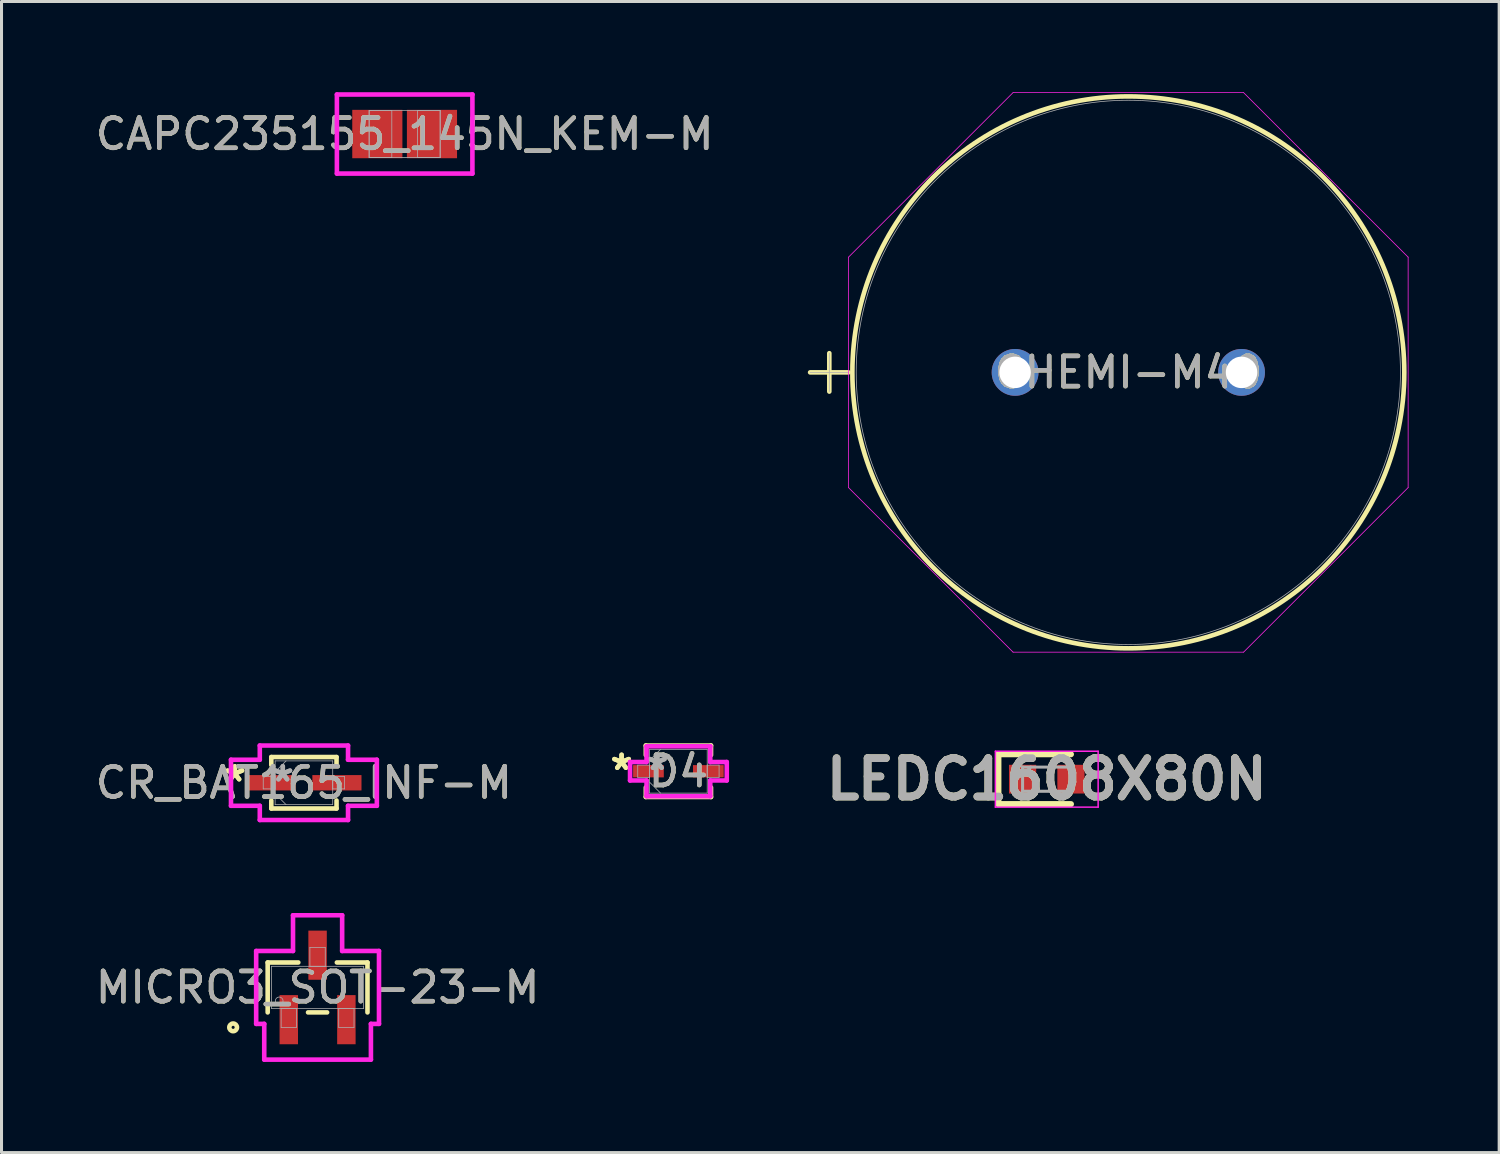
<source format=kicad_pcb>
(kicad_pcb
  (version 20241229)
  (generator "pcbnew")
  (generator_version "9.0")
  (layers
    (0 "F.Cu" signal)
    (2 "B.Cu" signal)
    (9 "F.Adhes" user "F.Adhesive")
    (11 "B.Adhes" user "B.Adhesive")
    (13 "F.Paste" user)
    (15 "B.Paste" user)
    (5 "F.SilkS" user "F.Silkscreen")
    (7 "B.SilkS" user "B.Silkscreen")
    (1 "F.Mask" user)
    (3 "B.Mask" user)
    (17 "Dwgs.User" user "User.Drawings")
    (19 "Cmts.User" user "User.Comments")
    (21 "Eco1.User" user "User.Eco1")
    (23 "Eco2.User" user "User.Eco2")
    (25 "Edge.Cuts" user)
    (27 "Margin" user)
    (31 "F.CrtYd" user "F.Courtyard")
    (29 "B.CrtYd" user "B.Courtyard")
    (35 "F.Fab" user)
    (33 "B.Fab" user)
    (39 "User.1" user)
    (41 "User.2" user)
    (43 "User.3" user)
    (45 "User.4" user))
  (footprint "CR_BAT165_INF-M"
    (layer "F.Cu")
    (at 7.006 22.85)
    (property "Reference" "CR_BAT165_INF-M" (at 0 0 0) (unlocked yes) (layer "F.SilkS") (effects (font (size 1 1) (thickness 0.15))))
    (attr smd)
    (fp_line (start -1.079 -0.851) (end -1.079 -0.587) (stroke (width 0.152) (type solid)) (layer "F.SilkS"))
    (fp_line (start -1.079 0.587) (end -1.079 0.851) (stroke (width 0.152) (type solid)) (layer "F.SilkS"))
    (fp_line (start -1.079 0.851) (end 1.079 0.851) (stroke (width 0.152) (type solid)) (layer "F.SilkS"))
    (fp_line (start 1.079 -0.851) (end -1.079 -0.851) (stroke (width 0.152) (type solid)) (layer "F.SilkS"))
    (fp_line (start 1.079 -0.587) (end 1.079 -0.851) (stroke (width 0.152) (type solid)) (layer "F.SilkS"))
    (fp_line (start 1.079 0.851) (end 1.079 0.587) (stroke (width 0.152) (type solid)) (layer "F.SilkS"))
    (fp_line (start -2.413 -0.762) (end -1.46 -0.762) (stroke (width 0.152) (type solid)) (layer "F.CrtYd"))
    (fp_line (start -2.413 0.762) (end -2.413 -0.762) (stroke (width 0.152) (type solid)) (layer "F.CrtYd"))
    (fp_line (start -1.46 -1.232) (end 1.46 -1.232) (stroke (width 0.152) (type solid)) (layer "F.CrtYd"))
    (fp_line (start -1.46 -0.762) (end -1.46 -1.232) (stroke (width 0.152) (type solid)) (layer "F.CrtYd"))
    (fp_line (start -1.46 0.762) (end -2.413 0.762) (stroke (width 0.152) (type solid)) (layer "F.CrtYd"))
    (fp_line (start -1.46 1.232) (end -1.46 0.762) (stroke (width 0.152) (type solid)) (layer "F.CrtYd"))
    (fp_line (start 1.46 -1.232) (end 1.46 -0.762) (stroke (width 0.152) (type solid)) (layer "F.CrtYd"))
    (fp_line (start 1.46 -0.762) (end 2.413 -0.762) (stroke (width 0.152) (type solid)) (layer "F.CrtYd"))
    (fp_line (start 1.46 0.762) (end 1.46 1.232) (stroke (width 0.152) (type solid)) (layer "F.CrtYd"))
    (fp_line (start 1.46 1.232) (end -1.46 1.232) (stroke (width 0.152) (type solid)) (layer "F.CrtYd"))
    (fp_line (start 2.413 -0.762) (end 2.413 0.762) (stroke (width 0.152) (type solid)) (layer "F.CrtYd"))
    (fp_line (start 2.413 0.762) (end 1.46 0.762) (stroke (width 0.152) (type solid)) (layer "F.CrtYd"))
    (fp_line (start -1.346 -0.203) (end -1.346 0.203) (stroke (width 0.025) (type solid)) (layer "F.Fab"))
    (fp_line (start -1.346 0.203) (end -0.953 0.203) (stroke (width 0.025) (type solid)) (layer "F.Fab"))
    (fp_line (start -0.953 -0.724) (end -0.953 0.724) (stroke (width 0.025) (type solid)) (layer "F.Fab"))
    (fp_line (start -0.953 -0.362) (end -0.591 -0.724) (stroke (width 0.025) (type solid)) (layer "F.Fab"))
    (fp_line (start -0.953 -0.203) (end -1.346 -0.203) (stroke (width 0.025) (type solid)) (layer "F.Fab"))
    (fp_line (start -0.953 0.203) (end -0.953 -0.203) (stroke (width 0.025) (type solid)) (layer "F.Fab"))
    (fp_line (start -0.953 0.362) (end -0.591 0.724) (stroke (width 0.025) (type solid)) (layer "F.Fab"))
    (fp_line (start -0.953 0.724) (end 0.953 0.724) (stroke (width 0.025) (type solid)) (layer "F.Fab"))
    (fp_line (start 0.953 -0.724) (end -0.953 -0.724) (stroke (width 0.025) (type solid)) (layer "F.Fab"))
    (fp_line (start 0.953 -0.203) (end 0.953 0.203) (stroke (width 0.025) (type solid)) (layer "F.Fab"))
    (fp_line (start 0.953 0.203) (end 1.346 0.203) (stroke (width 0.025) (type solid)) (layer "F.Fab"))
    (fp_line (start 0.953 0.724) (end 0.953 -0.724) (stroke (width 0.025) (type solid)) (layer "F.Fab"))
    (fp_line (start 1.346 -0.203) (end 0.953 -0.203) (stroke (width 0.025) (type solid)) (layer "F.Fab"))
    (fp_line (start 1.346 0.203) (end 1.346 -0.203) (stroke (width 0.025) (type solid)) (layer "F.Fab"))
    (fp_text user "*" (at -2.286 0 0) (unlocked yes) (layer "F.SilkS") (effects (font (size 1 1) (thickness 0.15))))
    (fp_text user "*" (at -2.286 0 0) (layer "F.SilkS") (effects (font (size 1 1) (thickness 0.15))))
    (fp_text user "${REFERENCE}" (at 0 0 0) (unlocked yes) (layer "F.Fab") (effects (font (size 1 1) (thickness 0.15))))
    (fp_text user "*" (at -0.699 0 0) (unlocked yes) (layer "F.Fab") (effects (font (size 1 1) (thickness 0.15))))
    (fp_text user "*" (at -0.699 0 0) (layer "F.Fab") (effects (font (size 1 1) (thickness 0.15))))
    (pad "1" smd rect (at -1.092 0) (size 1.626 0.508) (layers "F.Cu" "F.Mask" "F.Paste"))
    (pad "2" smd rect (at 1.092 0) (size 1.626 0.508) (layers "F.Cu" "F.Mask" "F.Paste")))
  (footprint "MICRO3_SOT-23-M"
    (layer "F.Cu")
    (at 7.458 29.622)
    (property "Reference" "MICRO3_SOT-23-M" (at 0 0 0) (unlocked yes) (layer "F.SilkS") (effects (font (size 1 1) (thickness 0.15))))
    (attr smd)
    (fp_line (start -1.651 -0.826) (end -1.651 0.826) (stroke (width 0.152) (type solid)) (layer "F.SilkS"))
    (fp_line (start -0.638 -0.826) (end -1.651 -0.826) (stroke (width 0.152) (type solid)) (layer "F.SilkS"))
    (fp_line (start -0.315 0.826) (end 0.315 0.826) (stroke (width 0.152) (type solid)) (layer "F.SilkS"))
    (fp_line (start 1.651 -0.826) (end 0.638 -0.826) (stroke (width 0.152) (type solid)) (layer "F.SilkS"))
    (fp_line (start 1.651 0.826) (end 1.651 -0.826) (stroke (width 0.152) (type solid)) (layer "F.SilkS"))
    (fp_circle (center -2.794 1.321) (end -2.667 1.321) (stroke (width 0.152) (type solid)) (fill no) (layer "F.SilkS"))
    (fp_line (start -2.032 -1.206) (end -0.813 -1.206) (stroke (width 0.152) (type solid)) (layer "F.CrtYd"))
    (fp_line (start -2.032 1.206) (end -2.032 -1.206) (stroke (width 0.152) (type solid)) (layer "F.CrtYd"))
    (fp_line (start -2.032 1.206) (end -1.765 1.206) (stroke (width 0.152) (type solid)) (layer "F.CrtYd"))
    (fp_line (start -1.765 1.206) (end -1.765 2.388) (stroke (width 0.152) (type solid)) (layer "F.CrtYd"))
    (fp_line (start -1.765 2.388) (end 1.765 2.388) (stroke (width 0.152) (type solid)) (layer "F.CrtYd"))
    (fp_line (start -0.813 -2.388) (end 0.813 -2.388) (stroke (width 0.152) (type solid)) (layer "F.CrtYd"))
    (fp_line (start -0.813 -1.206) (end -0.813 -2.388) (stroke (width 0.152) (type solid)) (layer "F.CrtYd"))
    (fp_line (start 0.813 -1.206) (end 0.813 -2.388) (stroke (width 0.152) (type solid)) (layer "F.CrtYd"))
    (fp_line (start 1.765 1.206) (end 1.765 2.388) (stroke (width 0.152) (type solid)) (layer "F.CrtYd"))
    (fp_line (start 2.032 -1.206) (end 0.813 -1.206) (stroke (width 0.152) (type solid)) (layer "F.CrtYd"))
    (fp_line (start 2.032 -1.206) (end 2.032 1.206) (stroke (width 0.152) (type solid)) (layer "F.CrtYd"))
    (fp_line (start 2.032 1.206) (end 1.765 1.206) (stroke (width 0.152) (type solid)) (layer "F.CrtYd"))
    (fp_line (start -1.524 -0.699) (end -1.524 0.699) (stroke (width 0.025) (type solid)) (layer "F.Fab"))
    (fp_line (start -1.524 0.699) (end 1.524 0.699) (stroke (width 0.025) (type solid)) (layer "F.Fab"))
    (fp_line (start -1.206 0.699) (end -1.206 1.321) (stroke (width 0.025) (type solid)) (layer "F.Fab"))
    (fp_line (start -1.206 1.321) (end -0.699 1.321) (stroke (width 0.025) (type solid)) (layer "F.Fab"))
    (fp_line (start -0.699 0.699) (end -1.206 0.699) (stroke (width 0.025) (type solid)) (layer "F.Fab"))
    (fp_line (start -0.699 1.321) (end -0.699 0.699) (stroke (width 0.025) (type solid)) (layer "F.Fab"))
    (fp_line (start -0.254 -1.321) (end -0.254 -0.699) (stroke (width 0.025) (type solid)) (layer "F.Fab"))
    (fp_line (start -0.254 -0.699) (end 0.254 -0.699) (stroke (width 0.025) (type solid)) (layer "F.Fab"))
    (fp_line (start 0.254 -1.321) (end -0.254 -1.321) (stroke (width 0.025) (type solid)) (layer "F.Fab"))
    (fp_line (start 0.254 -0.699) (end 0.254 -1.321) (stroke (width 0.025) (type solid)) (layer "F.Fab"))
    (fp_line (start 0.699 0.699) (end 0.699 1.321) (stroke (width 0.025) (type solid)) (layer "F.Fab"))
    (fp_line (start 0.699 1.321) (end 1.206 1.321) (stroke (width 0.025) (type solid)) (layer "F.Fab"))
    (fp_line (start 1.206 0.699) (end 0.699 0.699) (stroke (width 0.025) (type solid)) (layer "F.Fab"))
    (fp_line (start 1.206 1.321) (end 1.206 0.699) (stroke (width 0.025) (type solid)) (layer "F.Fab"))
    (fp_line (start 1.524 -0.699) (end -1.524 -0.699) (stroke (width 0.025) (type solid)) (layer "F.Fab"))
    (fp_line (start 1.524 0.699) (end 1.524 -0.699) (stroke (width 0.025) (type solid)) (layer "F.Fab"))
    (fp_circle (center -1.27 0.445) (end -1.143 0.445) (stroke (width 0.025) (type solid)) (fill no) (layer "F.Fab"))
    (fp_text user "${REFERENCE}" (at 0 0 0) (unlocked yes) (layer "F.Fab") (effects (font (size 1 1) (thickness 0.15))))
    (pad "1" smd rect (at -0.953 1.067) (size 0.61 1.626) (layers "F.Cu" "F.Mask" "F.Paste"))
    (pad "2" smd rect (at 0.953 1.067) (size 0.61 1.626) (layers "F.Cu" "F.Mask" "F.Paste"))
    (pad "3" smd rect (at 0 -1.067) (size 0.61 1.626) (layers "F.Cu" "F.Mask" "F.Paste")))
  (footprint "LEDC1608X80N"
    (layer "F.Cu")
    (at 31.585 22.731)
    (property "Reference" "LEDC1608X80N" (at 0 0 0) (layer "F.SilkS") (effects (font (size 1.27 1.27) (thickness 0.254))))
    (attr smd)
    (fp_line (start -1.6 -0.825) (end -1.6 0.825) (stroke (width 0.2) (type solid)) (layer "F.SilkS"))
    (fp_line (start -1.6 0.825) (end 0.8 0.825) (stroke (width 0.2) (type solid)) (layer "F.SilkS"))
    (fp_line (start 0.8 -0.825) (end -1.6 -0.825) (stroke (width 0.2) (type solid)) (layer "F.SilkS"))
    (fp_line (start -1.7 -0.925) (end 1.7 -0.925) (stroke (width 0.05) (type solid)) (layer "F.CrtYd"))
    (fp_line (start -1.7 0.925) (end -1.7 -0.925) (stroke (width 0.05) (type solid)) (layer "F.CrtYd"))
    (fp_line (start 1.7 -0.925) (end 1.7 0.925) (stroke (width 0.05) (type solid)) (layer "F.CrtYd"))
    (fp_line (start 1.7 0.925) (end -1.7 0.925) (stroke (width 0.05) (type solid)) (layer "F.CrtYd"))
    (fp_line (start -0.8 -0.4) (end 0.8 -0.4) (stroke (width 0.1) (type solid)) (layer "F.Fab"))
    (fp_line (start -0.8 -0.133) (end -0.533 -0.4) (stroke (width 0.1) (type solid)) (layer "F.Fab"))
    (fp_line (start -0.8 0.4) (end -0.8 -0.4) (stroke (width 0.1) (type solid)) (layer "F.Fab"))
    (fp_line (start 0.8 -0.4) (end 0.8 0.4) (stroke (width 0.1) (type solid)) (layer "F.Fab"))
    (fp_line (start 0.8 0.4) (end -0.8 0.4) (stroke (width 0.1) (type solid)) (layer "F.Fab"))
    (fp_text user "${REFERENCE}" (at 0 0 0) (layer "F.Fab") (effects (font (size 1.27 1.27) (thickness 0.254))))
    (pad "1" smd rect (at -0.8 0) (size 0.9 0.95) (layers "F.Cu" "F.Mask" "F.Paste"))
    (pad "2" smd rect (at 0.8 0) (size 0.9 0.95) (layers "F.Cu" "F.Mask" "F.Paste")))
  (footprint "CAPC235155_145N_KEM-M"
    (layer "F.Cu")
    (at 10.339 1.385)
    (property "Reference" "CAPC235155_145N_KEM-M" (at 0 0 0) (unlocked yes) (layer "F.SilkS") (effects (font (size 1 1) (thickness 0.15))))
    (attr smd)
    (fp_line (start -2.242 -1.308) (end 2.242 -1.308) (stroke (width 0.152) (type solid)) (layer "F.CrtYd"))
    (fp_line (start -2.242 1.308) (end -2.242 -1.308) (stroke (width 0.152) (type solid)) (layer "F.CrtYd"))
    (fp_line (start 2.242 -1.308) (end 2.242 1.308) (stroke (width 0.152) (type solid)) (layer "F.CrtYd"))
    (fp_line (start 2.242 1.308) (end -2.242 1.308) (stroke (width 0.152) (type solid)) (layer "F.CrtYd"))
    (fp_line (start -1.175 -0.775) (end -1.175 0.775) (stroke (width 0.025) (type solid)) (layer "F.Fab"))
    (fp_line (start -1.175 -0.775) (end -1.175 0.775) (stroke (width 0.025) (type solid)) (layer "F.Fab"))
    (fp_line (start -1.175 0.775) (end -0.425 0.775) (stroke (width 0.025) (type solid)) (layer "F.Fab"))
    (fp_line (start -1.175 0.775) (end 1.175 0.775) (stroke (width 0.025) (type solid)) (layer "F.Fab"))
    (fp_line (start -0.425 -0.775) (end -1.175 -0.775) (stroke (width 0.025) (type solid)) (layer "F.Fab"))
    (fp_line (start -0.425 0.775) (end -0.425 -0.775) (stroke (width 0.025) (type solid)) (layer "F.Fab"))
    (fp_line (start 0.425 -0.775) (end 0.425 0.775) (stroke (width 0.025) (type solid)) (layer "F.Fab"))
    (fp_line (start 0.425 0.775) (end 1.175 0.775) (stroke (width 0.025) (type solid)) (layer "F.Fab"))
    (fp_line (start 1.175 -0.775) (end -1.175 -0.775) (stroke (width 0.025) (type solid)) (layer "F.Fab"))
    (fp_line (start 1.175 -0.775) (end 0.425 -0.775) (stroke (width 0.025) (type solid)) (layer "F.Fab"))
    (fp_line (start 1.175 0.775) (end 1.175 -0.775) (stroke (width 0.025) (type solid)) (layer "F.Fab"))
    (fp_line (start 1.175 0.775) (end 1.175 -0.775) (stroke (width 0.025) (type solid)) (layer "F.Fab"))
    (fp_text user "${REFERENCE}" (at 0 0 0) (unlocked yes) (layer "F.Fab") (effects (font (size 1 1) (thickness 0.15))))
    (pad "1" smd rect (at -0.904 0) (size 1.659 1.601) (layers "F.Cu" "F.Mask" "F.Paste"))
    (pad "2" smd rect (at 0.904 0) (size 1.659 1.601) (layers "F.Cu" "F.Mask" "F.Paste"))
    (zone (net_name "") (layer "F.Cu") (hatch full 0.508) (connect_pads) (min_thickness 0.254) (filled_areas_thickness no) (keepout (tracks not_allowed) (vias not_allowed) (pads allowed) (copperpour not_allowed) (footprints allowed)) (placement (enabled no)) (fill) (polygon (pts (xy 10.315 0.66) (xy 10.363 0.66) (xy 10.363 2.109) (xy 10.315 2.109)))))
  (footprint "D4"
    (layer "F.Cu")
    (at 19.397 22.469)
    (property "Reference" "D4" (at 0 0 0) (unlocked yes) (layer "F.SilkS") (effects (font (size 1 1) (thickness 0.15))))
    (attr smd)
    (fp_line (start -1.079 -0.851) (end -1.079 -0.536) (stroke (width 0.152) (type solid)) (layer "F.SilkS"))
    (fp_line (start -1.079 0.536) (end -1.079 0.851) (stroke (width 0.152) (type solid)) (layer "F.SilkS"))
    (fp_line (start -1.079 0.851) (end 1.079 0.851) (stroke (width 0.152) (type solid)) (layer "F.SilkS"))
    (fp_line (start 1.079 -0.851) (end -1.079 -0.851) (stroke (width 0.152) (type solid)) (layer "F.SilkS"))
    (fp_line (start 1.079 -0.536) (end 1.079 -0.851) (stroke (width 0.152) (type solid)) (layer "F.SilkS"))
    (fp_line (start 1.079 0.851) (end 1.079 0.536) (stroke (width 0.152) (type solid)) (layer "F.SilkS"))
    (fp_line (start -1.6 -0.305) (end -1.054 -0.305) (stroke (width 0.152) (type solid)) (layer "F.CrtYd"))
    (fp_line (start -1.6 0.305) (end -1.6 -0.305) (stroke (width 0.152) (type solid)) (layer "F.CrtYd"))
    (fp_line (start -1.054 -0.826) (end 1.054 -0.826) (stroke (width 0.152) (type solid)) (layer "F.CrtYd"))
    (fp_line (start -1.054 -0.305) (end -1.054 -0.826) (stroke (width 0.152) (type solid)) (layer "F.CrtYd"))
    (fp_line (start -1.054 0.305) (end -1.6 0.305) (stroke (width 0.152) (type solid)) (layer "F.CrtYd"))
    (fp_line (start -1.054 0.826) (end -1.054 0.305) (stroke (width 0.152) (type solid)) (layer "F.CrtYd"))
    (fp_line (start 1.054 -0.826) (end 1.054 -0.305) (stroke (width 0.152) (type solid)) (layer "F.CrtYd"))
    (fp_line (start 1.054 -0.305) (end 1.6 -0.305) (stroke (width 0.152) (type solid)) (layer "F.CrtYd"))
    (fp_line (start 1.054 0.305) (end 1.054 0.826) (stroke (width 0.152) (type solid)) (layer "F.CrtYd"))
    (fp_line (start 1.054 0.826) (end -1.054 0.826) (stroke (width 0.152) (type solid)) (layer "F.CrtYd"))
    (fp_line (start 1.6 -0.305) (end 1.6 0.305) (stroke (width 0.152) (type solid)) (layer "F.CrtYd"))
    (fp_line (start 1.6 0.305) (end 1.054 0.305) (stroke (width 0.152) (type solid)) (layer "F.CrtYd"))
    (fp_line (start -1.346 -0.203) (end -1.346 0.203) (stroke (width 0.025) (type solid)) (layer "F.Fab"))
    (fp_line (start -1.346 0.203) (end -0.953 0.203) (stroke (width 0.025) (type solid)) (layer "F.Fab"))
    (fp_line (start -0.953 -0.724) (end -0.953 0.724) (stroke (width 0.025) (type solid)) (layer "F.Fab"))
    (fp_line (start -0.953 -0.362) (end -0.591 -0.724) (stroke (width 0.025) (type solid)) (layer "F.Fab"))
    (fp_line (start -0.953 -0.203) (end -1.346 -0.203) (stroke (width 0.025) (type solid)) (layer "F.Fab"))
    (fp_line (start -0.953 0.203) (end -0.953 -0.203) (stroke (width 0.025) (type solid)) (layer "F.Fab"))
    (fp_line (start -0.953 0.362) (end -0.591 0.724) (stroke (width 0.025) (type solid)) (layer "F.Fab"))
    (fp_line (start -0.953 0.724) (end 0.953 0.724) (stroke (width 0.025) (type solid)) (layer "F.Fab"))
    (fp_line (start 0.953 -0.724) (end -0.953 -0.724) (stroke (width 0.025) (type solid)) (layer "F.Fab"))
    (fp_line (start 0.953 -0.203) (end 0.953 0.203) (stroke (width 0.025) (type solid)) (layer "F.Fab"))
    (fp_line (start 0.953 0.203) (end 1.346 0.203) (stroke (width 0.025) (type solid)) (layer "F.Fab"))
    (fp_line (start 0.953 0.724) (end 0.953 -0.724) (stroke (width 0.025) (type solid)) (layer "F.Fab"))
    (fp_line (start 1.346 -0.203) (end 0.953 -0.203) (stroke (width 0.025) (type solid)) (layer "F.Fab"))
    (fp_line (start 1.346 0.203) (end 1.346 -0.203) (stroke (width 0.025) (type solid)) (layer "F.Fab"))
    (fp_text user "*" (at -1.88 0 0) (layer "F.SilkS") (effects (font (size 1 1) (thickness 0.15))))
    (fp_text user "*" (at -1.88 0 0) (unlocked yes) (layer "F.SilkS") (effects (font (size 1 1) (thickness 0.15))))
    (fp_text user "${REFERENCE}" (at 0 0 0) (unlocked yes) (layer "F.Fab") (effects (font (size 1 1) (thickness 0.15))))
    (fp_text user "*" (at -0.699 0 0) (layer "F.Fab") (effects (font (size 1 1) (thickness 0.15))))
    (fp_text user "*" (at -0.699 0 0) (unlocked yes) (layer "F.Fab") (effects (font (size 1 1) (thickness 0.15))))
    (pad "1" smd rect (at -0.991 0) (size 1.016 0.406) (layers "F.Cu" "F.Mask" "F.Paste"))
    (pad "2" smd rect (at 0.991 0) (size 1.016 0.406) (layers "F.Cu" "F.Mask" "F.Paste")))
  (footprint "CHEMI-M40"
    (layer "F.Cu")
    (at 30.537 9.271)
    (property "Reference" "CHEMI-M40" (at 3.747 0 0) (unlocked yes) (layer "F.SilkS") (effects (font (size 1 1) (thickness 0.15))))
    (attr through_hole)
    (fp_line (start -6.782 0) (end -5.512 0) (stroke (width 0.152) (type solid)) (layer "F.SilkS"))
    (fp_line (start -6.147 -0.635) (end -6.147 0.635) (stroke (width 0.152) (type solid)) (layer "F.SilkS"))
    (fp_circle (center 3.747 0) (end 12.878 0) (stroke (width 0.152) (type solid)) (fill no) (layer "F.SilkS"))
    (fp_line (start -5.512 -3.812) (end -0.066 -9.258) (stroke (width 0.025) (type solid)) (layer "F.CrtYd"))
    (fp_line (start -5.512 3.812) (end -5.512 -3.812) (stroke (width 0.025) (type solid)) (layer "F.CrtYd"))
    (fp_line (start -0.066 -9.258) (end 7.559 -9.258) (stroke (width 0.025) (type solid)) (layer "F.CrtYd"))
    (fp_line (start -0.066 9.258) (end -5.512 3.812) (stroke (width 0.025) (type solid)) (layer "F.CrtYd"))
    (fp_line (start 7.559 -9.258) (end 13.005 -3.812) (stroke (width 0.025) (type solid)) (layer "F.CrtYd"))
    (fp_line (start 7.559 9.258) (end -0.066 9.258) (stroke (width 0.025) (type solid)) (layer "F.CrtYd"))
    (fp_line (start 13.005 -3.812) (end 13.005 3.812) (stroke (width 0.025) (type solid)) (layer "F.CrtYd"))
    (fp_line (start 13.005 3.812) (end 7.559 9.258) (stroke (width 0.025) (type solid)) (layer "F.CrtYd"))
    (fp_line (start -6.782 0) (end -5.512 0) (stroke (width 0.025) (type solid)) (layer "F.Fab"))
    (fp_line (start -6.147 -0.635) (end -6.147 0.635) (stroke (width 0.025) (type solid)) (layer "F.Fab"))
    (fp_circle (center 3.747 0) (end 12.751 0) (stroke (width 0.025) (type solid)) (fill no) (layer "F.Fab"))
    (fp_text user "${REFERENCE}" (at 3.747 0 0) (unlocked yes) (layer "F.Fab") (effects (font (size 1 1) (thickness 0.15))))
    (pad "1" thru_hole circle (at 0 0) (size 1.549 1.549) (drill 1.041) (layers "*.Cu" "*.Mask"))
    (pad "2" thru_hole circle (at 7.493 0) (size 1.549 1.549) (drill 1.041) (layers "*.Cu" "*.Mask")))
  (gr_rect
    (start -3 -3)
    (end 46.554 35.086)
    (stroke (width 0.1) (type default))
    (fill no)
    (layer "Edge.Cuts")))
</source>
